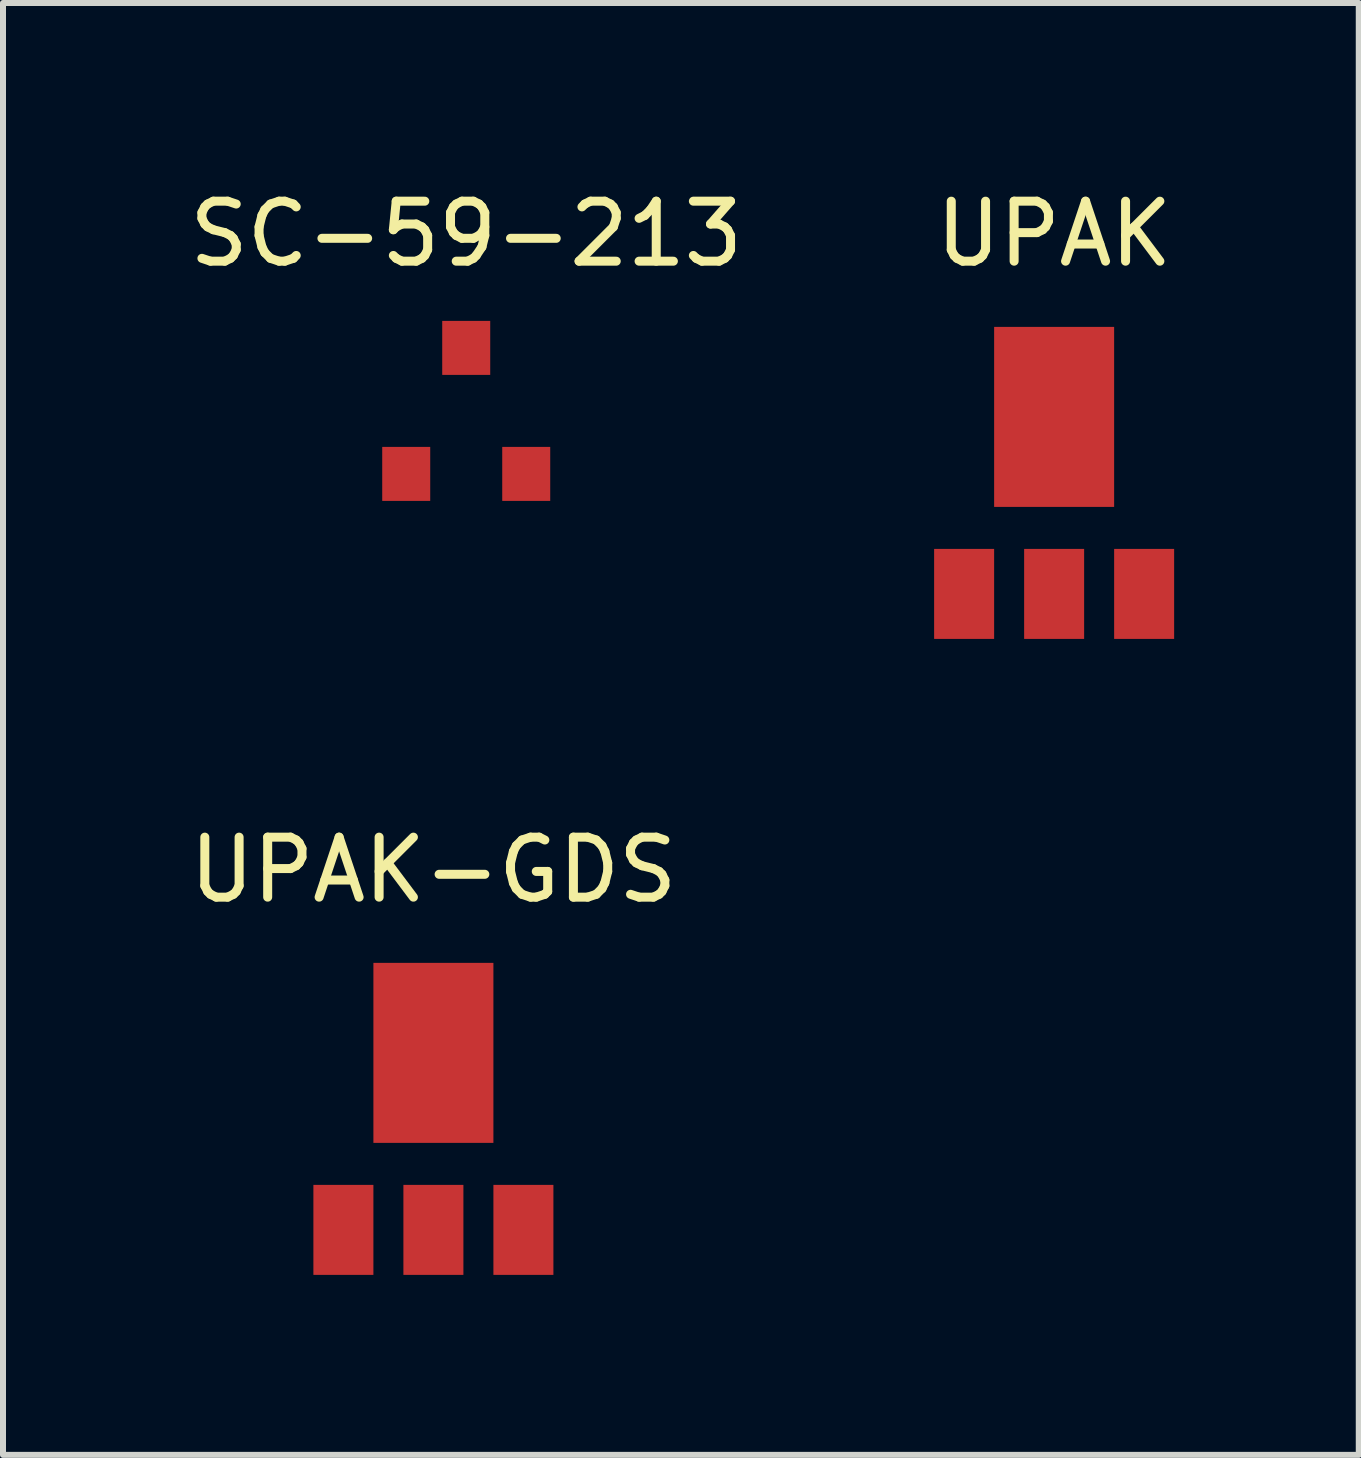
<source format=kicad_pcb>
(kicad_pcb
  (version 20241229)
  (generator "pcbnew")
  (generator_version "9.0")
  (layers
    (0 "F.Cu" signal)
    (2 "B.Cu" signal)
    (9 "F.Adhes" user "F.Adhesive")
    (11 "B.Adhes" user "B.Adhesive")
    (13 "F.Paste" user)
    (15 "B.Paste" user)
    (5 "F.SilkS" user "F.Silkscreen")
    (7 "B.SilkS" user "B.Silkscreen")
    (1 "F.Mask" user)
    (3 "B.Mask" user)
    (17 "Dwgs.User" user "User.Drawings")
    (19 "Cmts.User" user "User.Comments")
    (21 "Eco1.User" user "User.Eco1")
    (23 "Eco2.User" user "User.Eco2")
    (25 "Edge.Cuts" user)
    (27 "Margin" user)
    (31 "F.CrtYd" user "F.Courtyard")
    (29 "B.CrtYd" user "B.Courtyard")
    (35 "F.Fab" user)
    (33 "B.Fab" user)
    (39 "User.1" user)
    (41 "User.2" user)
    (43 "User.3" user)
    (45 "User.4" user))
  (footprint "UPAK-GDS"
    (layer "F.Cu")
    (at 4.173 17.447)
    (property "Reference" "UPAK-GDS" (at 0 -6 0) (layer "F.SilkS") (effects (font (size 1 1) (thickness 0.15))))
    (attr through_hole)
    (pad "D" smd rect (at 0 -2.95) (size 2 3) (layers "F.Cu" "F.Mask" "F.Paste"))
    (pad "D" smd rect (at 0 0) (size 1 1.5) (layers "F.Cu" "F.Mask" "F.Paste"))
    (pad "G" smd rect (at -1.5 0) (size 1 1.5) (layers "F.Cu" "F.Mask" "F.Paste"))
    (pad "S" smd rect (at 1.5 0) (size 1 1.5) (layers "F.Cu" "F.Mask" "F.Paste")))
  (footprint "UPAK"
    (layer "F.Cu")
    (at 14.518 6.848)
    (property "Reference" "UPAK" (at 0 -6 0) (layer "F.SilkS") (effects (font (size 1 1) (thickness 0.15))))
    (attr through_hole)
    (pad "1" smd rect (at -1.5 0) (size 1 1.5) (layers "F.Cu" "F.Mask" "F.Paste"))
    (pad "2" smd rect (at 0 -2.95) (size 2 3) (layers "F.Cu" "F.Mask" "F.Paste"))
    (pad "2" smd rect (at 0 0) (size 1 1.5) (layers "F.Cu" "F.Mask" "F.Paste"))
    (pad "3" smd rect (at 1.5 0) (size 1 1.5) (layers "F.Cu" "F.Mask" "F.Paste")))
  (footprint "SC-59-213"
    (layer "F.Cu")
    (at 4.72 4.848)
    (property "Reference" "SC-59-213" (at 0 -4 0) (layer "F.SilkS") (effects (font (size 1 1) (thickness 0.15))))
    (attr through_hole)
    (pad "1" smd rect (at 1 0) (size 0.8 0.9) (layers "F.Cu" "F.Mask" "F.Paste"))
    (pad "2" smd rect (at -1 0) (size 0.8 0.9) (layers "F.Cu" "F.Mask" "F.Paste"))
    (pad "3" smd rect (at 0 -2.1) (size 0.8 0.9) (layers "F.Cu" "F.Mask" "F.Paste")))
  (gr_rect
    (start -3 -3)
    (end 19.595 21.197)
    (stroke (width 0.1) (type default))
    (fill no)
    (layer "Edge.Cuts")))
</source>
